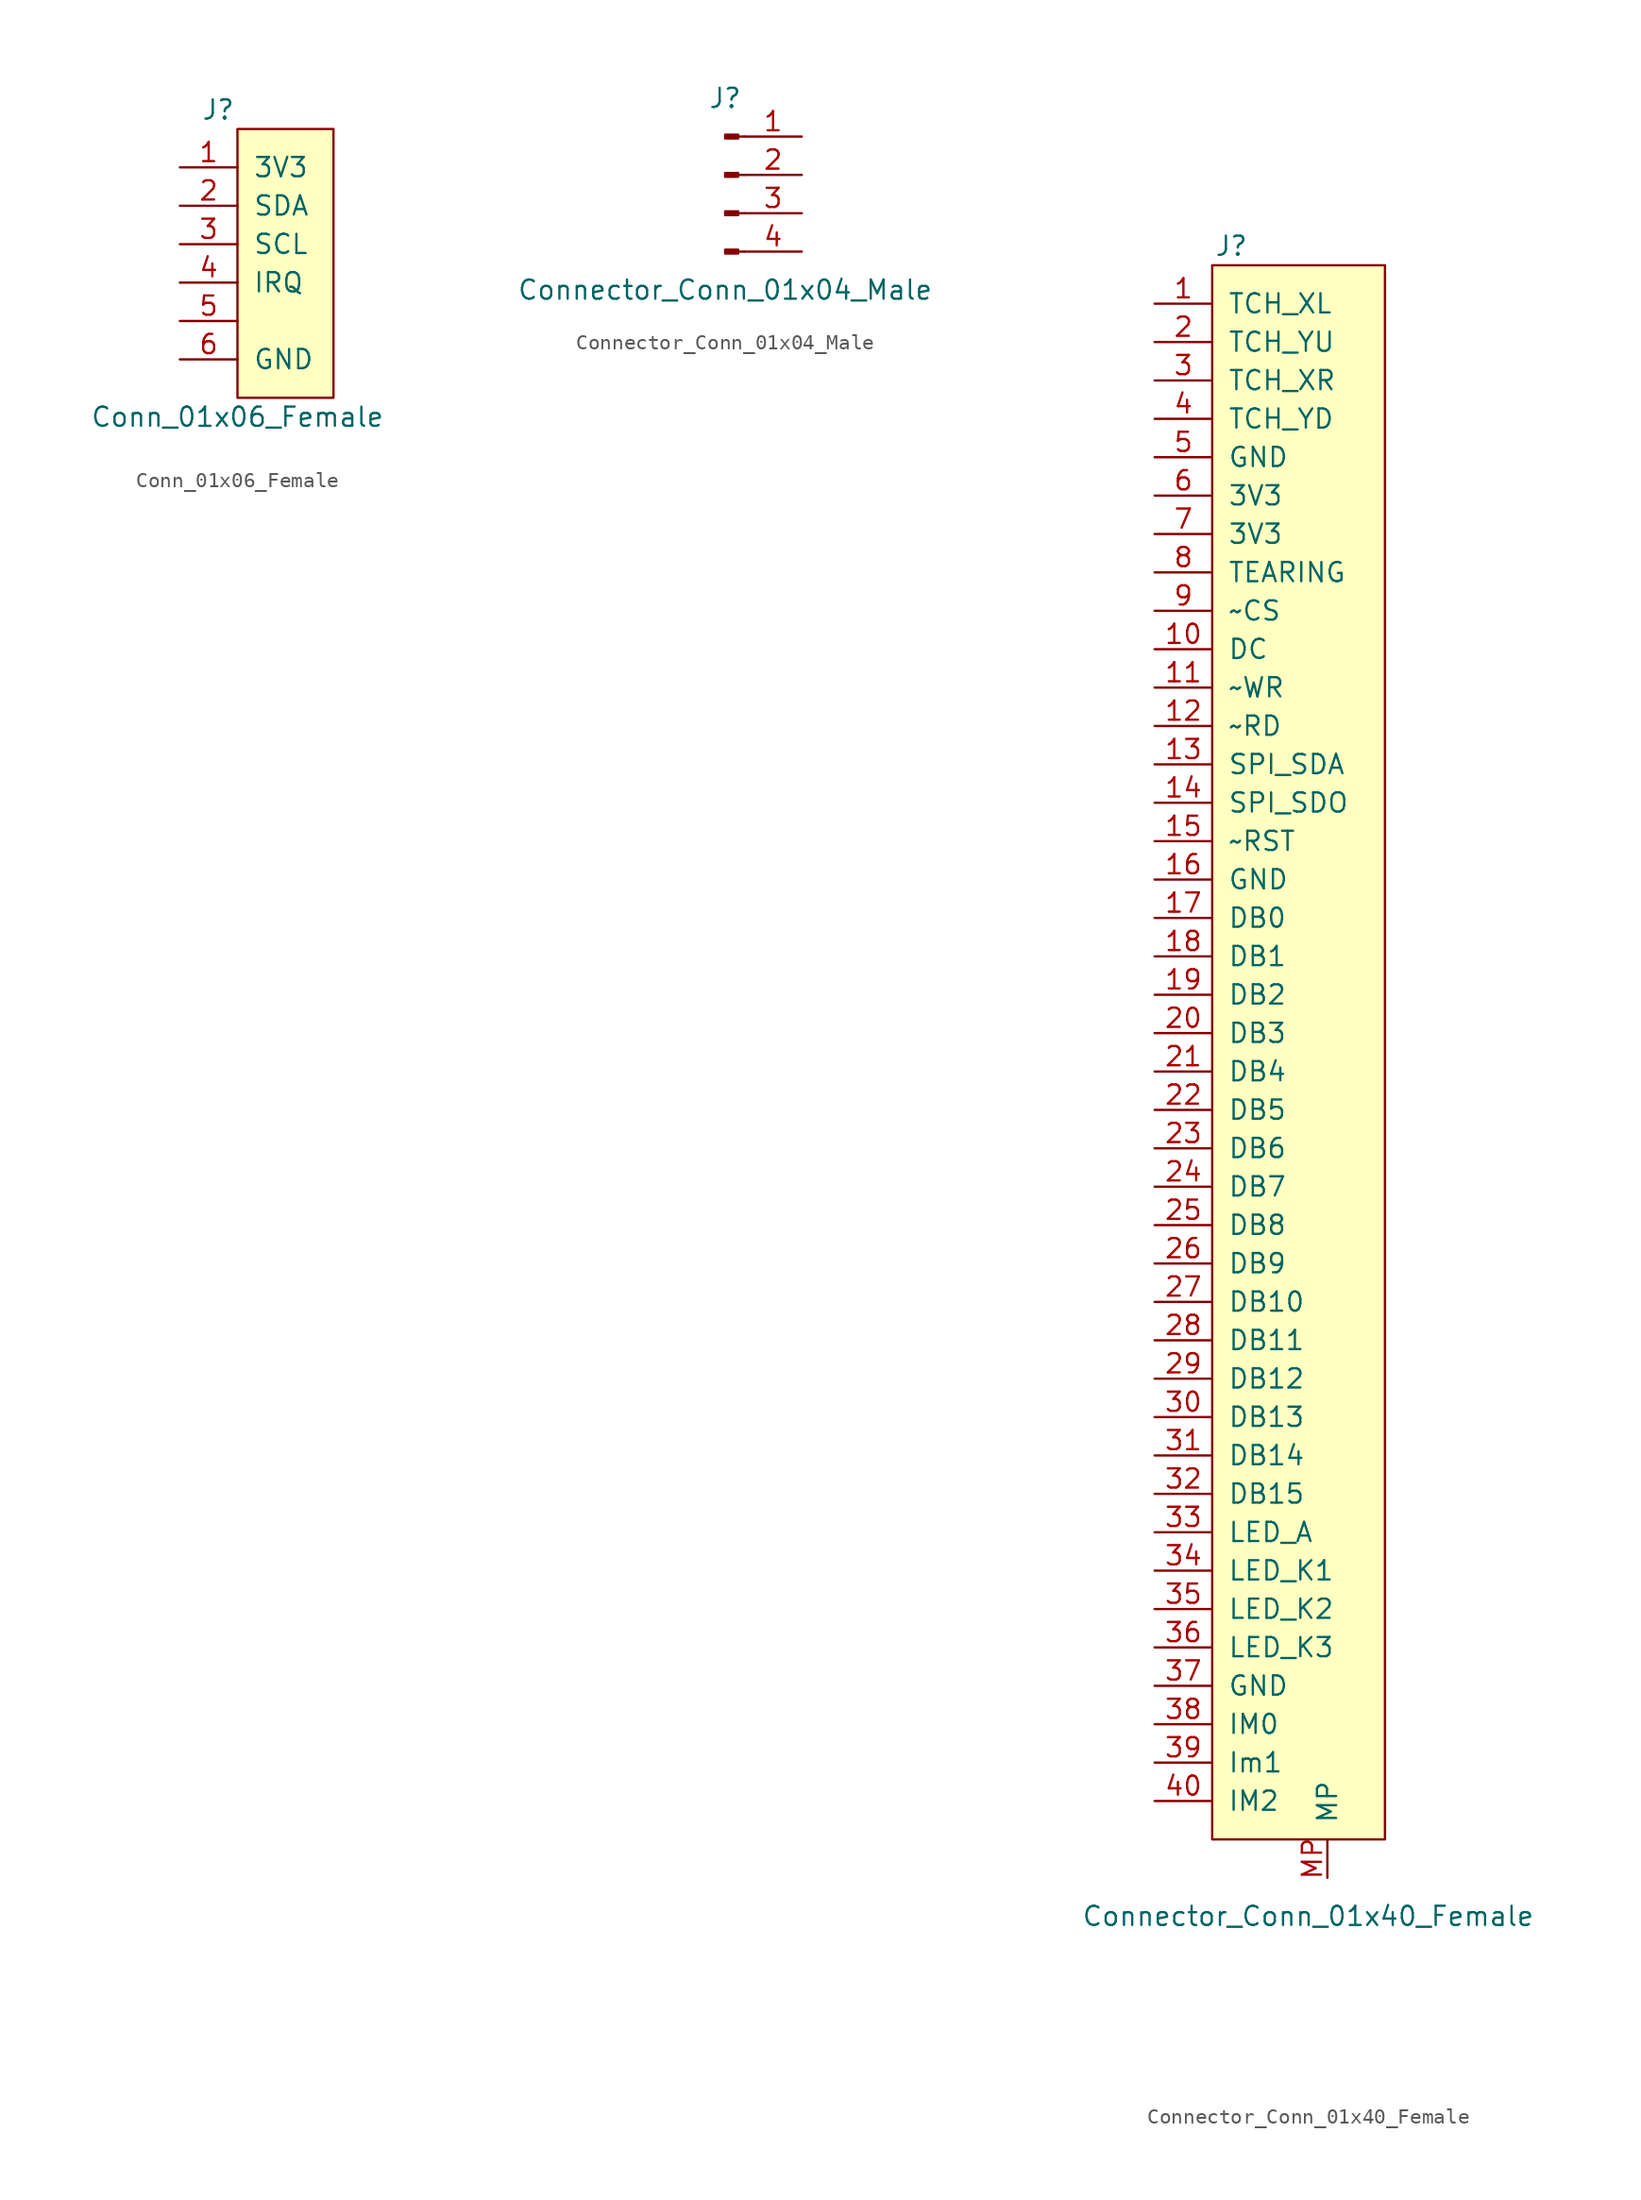
<source format=kicad_sym>
(kicad_symbol_lib
  (version 20210619)
  (generator kicad_symbol_editor)
  (symbol "stepper_motor_analyzer:Conn_01x06_Female"
    (pin_names
      (offset 1.016))
    (property "Reference" "J"
      (at -2.54 8.89 0)
      (effects (font (size 1.27 1.27))))
    (property "Value" "Conn_01x06_Female"
      (at -1.27 -11.43 0)
      (effects (font (size 1.27 1.27))))
    (symbol "Conn_01x06_Female_0_1"
      (rectangle (start -1.27 7.62) (end 5.08 -10.16) (stroke (width 0)) (fill (type background))))
    (symbol "Conn_01x06_Female_1_1"
      (pin passive line (at -5.08 5.08 0) (length 3.81) (name "3V3" (effects (font (size 1.27 1.27)))) (number "1" (effects (font (size 1.27 1.27)))))
      (pin passive line (at -5.08 2.54 0) (length 3.81) (name "SDA" (effects (font (size 1.27 1.27)))) (number "2" (effects (font (size 1.27 1.27)))))
      (pin passive line (at -5.08 0 0) (length 3.81) (name "SCL" (effects (font (size 1.27 1.27)))) (number "3" (effects (font (size 1.27 1.27)))))
      (pin passive line (at -5.08 -2.54 0) (length 3.81) (name "IRQ" (effects (font (size 1.27 1.27)))) (number "4" (effects (font (size 1.27 1.27)))))
      (pin passive line (at -5.08 -5.08 0) (length 3.81) (name "~" (effects (font (size 1.27 1.27)))) (number "5" (effects (font (size 1.27 1.27)))))
      (pin passive line (at -5.08 -7.62 0) (length 3.81) (name "GND" (effects (font (size 1.27 1.27)))) (number "6" (effects (font (size 1.27 1.27)))))))
  (symbol "stepper_motor_analyzer:Connector_Conn_01x04_Male"
    (pin_names
      (offset 1.016) hide)
    (property "Reference" "J"
      (at 0 5.08 0)
      (effects (font (size 1.27 1.27))))
    (property "Value" "Connector_Conn_01x04_Male"
      (at 0 -7.62 0)
      (effects (font (size 1.27 1.27))))
    (symbol "Connector_Conn_01x04_Male_1_1"
      (rectangle (start 0.864 -4.953) (end 0 -5.207) (stroke (width 0.152)) (fill (type outline)))
      (rectangle (start 0.864 -2.413) (end 0 -2.667) (stroke (width 0.152)) (fill (type outline)))
      (rectangle (start 0.864 0.127) (end 0 -0.127) (stroke (width 0.152)) (fill (type outline)))
      (rectangle (start 0.864 2.667) (end 0 2.413) (stroke (width 0.152)) (fill (type outline)))
      (polyline (pts (xy 1.27 -5.08) (xy 0.864 -5.08)) (stroke (width 0.152)) (fill (type none)))
      (polyline (pts (xy 1.27 -2.54) (xy 0.864 -2.54)) (stroke (width 0.152)) (fill (type none)))
      (polyline (pts (xy 1.27 0) (xy 0.864 0)) (stroke (width 0.152)) (fill (type none)))
      (polyline (pts (xy 1.27 2.54) (xy 0.864 2.54)) (stroke (width 0.152)) (fill (type none)))
      (pin passive line (at 5.08 2.54 180) (length 3.81) (name "Pin_1" (effects (font (size 1.27 1.27)))) (number "1" (effects (font (size 1.27 1.27)))))
      (pin passive line (at 5.08 0 180) (length 3.81) (name "Pin_2" (effects (font (size 1.27 1.27)))) (number "2" (effects (font (size 1.27 1.27)))))
      (pin passive line (at 5.08 -2.54 180) (length 3.81) (name "Pin_3" (effects (font (size 1.27 1.27)))) (number "3" (effects (font (size 1.27 1.27)))))
      (pin passive line (at 5.08 -5.08 180) (length 3.81) (name "Pin_4" (effects (font (size 1.27 1.27)))) (number "4" (effects (font (size 1.27 1.27)))))))
  (symbol "stepper_motor_analyzer:Connector_Conn_01x40_Female"
    (pin_names
      (offset 1.016))
    (property "Reference" "J"
      (at 0 52.07 0)
      (effects (font (size 1.27 1.27))))
    (property "Value" "Connector_Conn_01x40_Female"
      (at 5.08 -58.42 0)
      (effects (font (size 1.27 1.27))))
    (symbol "Connector_Conn_01x40_Female_0_1"
      (rectangle (start -1.27 -53.34) (end 10.16 50.8) (stroke (width 0)) (fill (type background))))
    (symbol "Connector_Conn_01x40_Female_1_1"
      (pin passive line (at -5.08 48.26 0) (length 3.81) (name "TCH_XL" (effects (font (size 1.27 1.27)))) (number "1" (effects (font (size 1.27 1.27)))))
      (pin passive line (at -5.08 25.4 0) (length 3.81) (name "DC" (effects (font (size 1.27 1.27)))) (number "10" (effects (font (size 1.27 1.27)))))
      (pin passive line (at -5.08 22.86 0) (length 3.81) (name "~WR" (effects (font (size 1.27 1.27)))) (number "11" (effects (font (size 1.27 1.27)))))
      (pin passive line (at -5.08 20.32 0) (length 3.81) (name "~RD" (effects (font (size 1.27 1.27)))) (number "12" (effects (font (size 1.27 1.27)))))
      (pin passive line (at -5.08 17.78 0) (length 3.81) (name "SPI_SDA" (effects (font (size 1.27 1.27)))) (number "13" (effects (font (size 1.27 1.27)))))
      (pin passive line (at -5.08 15.24 0) (length 3.81) (name "SPI_SDO" (effects (font (size 1.27 1.27)))) (number "14" (effects (font (size 1.27 1.27)))))
      (pin passive line (at -5.08 12.7 0) (length 3.81) (name "~RST" (effects (font (size 1.27 1.27)))) (number "15" (effects (font (size 1.27 1.27)))))
      (pin passive line (at -5.08 10.16 0) (length 3.81) (name "GND" (effects (font (size 1.27 1.27)))) (number "16" (effects (font (size 1.27 1.27)))))
      (pin passive line (at -5.08 7.62 0) (length 3.81) (name "DB0" (effects (font (size 1.27 1.27)))) (number "17" (effects (font (size 1.27 1.27)))))
      (pin passive line (at -5.08 5.08 0) (length 3.81) (name "DB1" (effects (font (size 1.27 1.27)))) (number "18" (effects (font (size 1.27 1.27)))))
      (pin passive line (at -5.08 2.54 0) (length 3.81) (name "DB2" (effects (font (size 1.27 1.27)))) (number "19" (effects (font (size 1.27 1.27)))))
      (pin passive line (at -5.08 45.72 0) (length 3.81) (name "TCH_YU" (effects (font (size 1.27 1.27)))) (number "2" (effects (font (size 1.27 1.27)))))
      (pin passive line (at -5.08 0 0) (length 3.81) (name "DB3" (effects (font (size 1.27 1.27)))) (number "20" (effects (font (size 1.27 1.27)))))
      (pin passive line (at -5.08 -2.54 0) (length 3.81) (name "DB4" (effects (font (size 1.27 1.27)))) (number "21" (effects (font (size 1.27 1.27)))))
      (pin passive line (at -5.08 -5.08 0) (length 3.81) (name "DB5" (effects (font (size 1.27 1.27)))) (number "22" (effects (font (size 1.27 1.27)))))
      (pin passive line (at -5.08 -7.62 0) (length 3.81) (name "DB6" (effects (font (size 1.27 1.27)))) (number "23" (effects (font (size 1.27 1.27)))))
      (pin passive line (at -5.08 -10.16 0) (length 3.81) (name "DB7" (effects (font (size 1.27 1.27)))) (number "24" (effects (font (size 1.27 1.27)))))
      (pin passive line (at -5.08 -12.7 0) (length 3.81) (name "DB8" (effects (font (size 1.27 1.27)))) (number "25" (effects (font (size 1.27 1.27)))))
      (pin passive line (at -5.08 -15.24 0) (length 3.81) (name "DB9" (effects (font (size 1.27 1.27)))) (number "26" (effects (font (size 1.27 1.27)))))
      (pin passive line (at -5.08 -17.78 0) (length 3.81) (name "DB10" (effects (font (size 1.27 1.27)))) (number "27" (effects (font (size 1.27 1.27)))))
      (pin passive line (at -5.08 -20.32 0) (length 3.81) (name "DB11" (effects (font (size 1.27 1.27)))) (number "28" (effects (font (size 1.27 1.27)))))
      (pin passive line (at -5.08 -22.86 0) (length 3.81) (name "DB12" (effects (font (size 1.27 1.27)))) (number "29" (effects (font (size 1.27 1.27)))))
      (pin passive line (at -5.08 43.18 0) (length 3.81) (name "TCH_XR" (effects (font (size 1.27 1.27)))) (number "3" (effects (font (size 1.27 1.27)))))
      (pin passive line (at -5.08 -25.4 0) (length 3.81) (name "DB13" (effects (font (size 1.27 1.27)))) (number "30" (effects (font (size 1.27 1.27)))))
      (pin passive line (at -5.08 -27.94 0) (length 3.81) (name "DB14" (effects (font (size 1.27 1.27)))) (number "31" (effects (font (size 1.27 1.27)))))
      (pin passive line (at -5.08 -30.48 0) (length 3.81) (name "DB15" (effects (font (size 1.27 1.27)))) (number "32" (effects (font (size 1.27 1.27)))))
      (pin passive line (at -5.08 -33.02 0) (length 3.81) (name "LED_A" (effects (font (size 1.27 1.27)))) (number "33" (effects (font (size 1.27 1.27)))))
      (pin passive line (at -5.08 -35.56 0) (length 3.81) (name "LED_K1" (effects (font (size 1.27 1.27)))) (number "34" (effects (font (size 1.27 1.27)))))
      (pin passive line (at -5.08 -38.1 0) (length 3.81) (name "LED_K2" (effects (font (size 1.27 1.27)))) (number "35" (effects (font (size 1.27 1.27)))))
      (pin passive line (at -5.08 -40.64 0) (length 3.81) (name "LED_K3" (effects (font (size 1.27 1.27)))) (number "36" (effects (font (size 1.27 1.27)))))
      (pin passive line (at -5.08 -43.18 0) (length 3.81) (name "GND" (effects (font (size 1.27 1.27)))) (number "37" (effects (font (size 1.27 1.27)))))
      (pin passive line (at -5.08 -45.72 0) (length 3.81) (name "IM0" (effects (font (size 1.27 1.27)))) (number "38" (effects (font (size 1.27 1.27)))))
      (pin passive line (at -5.08 -48.26 0) (length 3.81) (name "Im1" (effects (font (size 1.27 1.27)))) (number "39" (effects (font (size 1.27 1.27)))))
      (pin passive line (at -5.08 40.64 0) (length 3.81) (name "TCH_YD" (effects (font (size 1.27 1.27)))) (number "4" (effects (font (size 1.27 1.27)))))
      (pin passive line (at -5.08 -50.8 0) (length 3.81) (name "IM2" (effects (font (size 1.27 1.27)))) (number "40" (effects (font (size 1.27 1.27)))))
      (pin passive line (at -5.08 38.1 0) (length 3.81) (name "GND" (effects (font (size 1.27 1.27)))) (number "5" (effects (font (size 1.27 1.27)))))
      (pin passive line (at -5.08 35.56 0) (length 3.81) (name "3V3" (effects (font (size 1.27 1.27)))) (number "6" (effects (font (size 1.27 1.27)))))
      (pin passive line (at -5.08 33.02 0) (length 3.81) (name "3V3" (effects (font (size 1.27 1.27)))) (number "7" (effects (font (size 1.27 1.27)))))
      (pin passive line (at -5.08 30.48 0) (length 3.81) (name "TEARING" (effects (font (size 1.27 1.27)))) (number "8" (effects (font (size 1.27 1.27)))))
      (pin passive line (at -5.08 27.94 0) (length 3.81) (name "~CS" (effects (font (size 1.27 1.27)))) (number "9" (effects (font (size 1.27 1.27)))))
      (pin passive line (at 6.35 -55.88 90) (length 2.54) (name "MP" (effects (font (size 1.27 1.27)))) (number "MP" (effects (font (size 1.27 1.27))))))))
</source>
